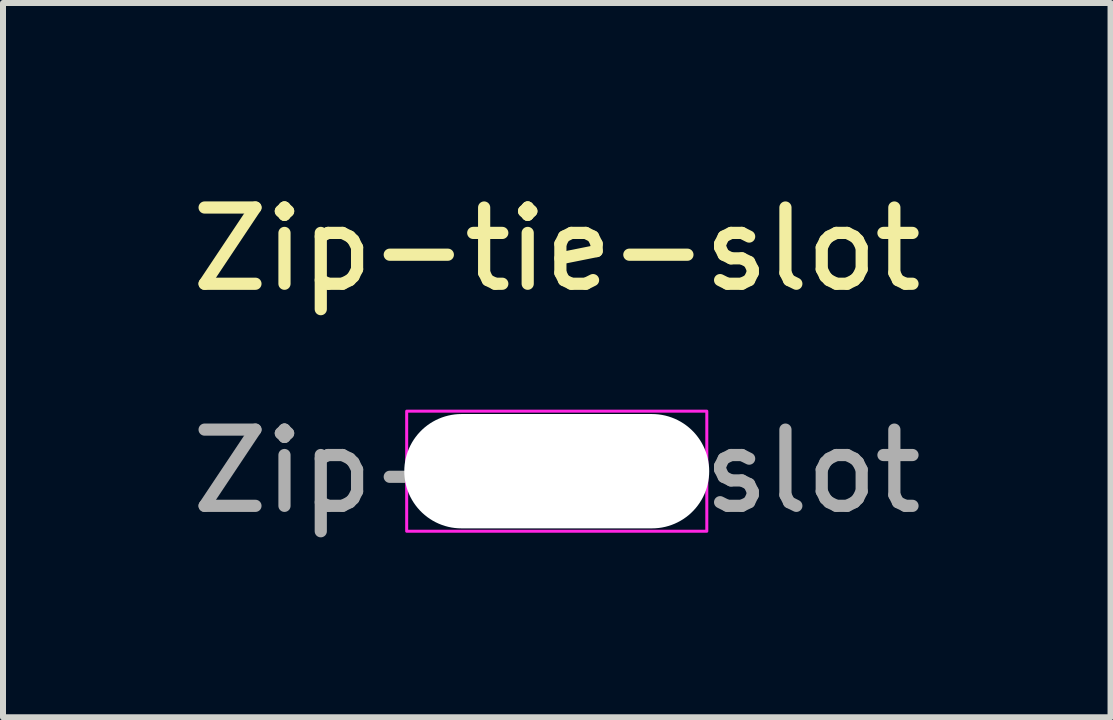
<source format=kicad_pcb>
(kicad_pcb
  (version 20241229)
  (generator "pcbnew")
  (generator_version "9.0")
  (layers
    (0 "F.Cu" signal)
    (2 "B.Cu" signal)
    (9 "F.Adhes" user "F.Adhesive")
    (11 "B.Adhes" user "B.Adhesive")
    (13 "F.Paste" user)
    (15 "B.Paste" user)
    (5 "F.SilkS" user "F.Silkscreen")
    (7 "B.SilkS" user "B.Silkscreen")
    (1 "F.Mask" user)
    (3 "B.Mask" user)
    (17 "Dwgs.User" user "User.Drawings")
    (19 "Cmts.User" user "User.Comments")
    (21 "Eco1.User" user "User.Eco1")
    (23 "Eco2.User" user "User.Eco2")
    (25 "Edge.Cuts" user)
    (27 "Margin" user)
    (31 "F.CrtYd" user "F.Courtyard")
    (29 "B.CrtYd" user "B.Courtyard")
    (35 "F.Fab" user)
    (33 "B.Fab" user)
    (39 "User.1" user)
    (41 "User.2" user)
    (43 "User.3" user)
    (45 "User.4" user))
  (footprint "Zip-tie-slot"
    (layer "F.Cu")
    (at 6.225 4.8)
    (property "Reference" "Zip-tie-slot" (at 0 -3.7 0) (layer "F.SilkS") (effects (font (size 1.27 1.27) (thickness 0.203))))
    (attr exclude_from_pos_files exclude_from_bom)
    (fp_rect (start -2.5 -1) (end 2.5 1) (stroke (width 0.05) (type default)) (fill no) (layer "F.CrtYd"))
    (fp_text user "${REFERENCE}" (at 0 0 0) (layer "F.Fab") (effects (font (size 1.27 1.27) (thickness 0.203) (bold yes))))
    (pad "" np_thru_hole oval (at 0 0) (size 5.08 1.905) (drill oval 5.08 1.905) (layers "*.Cu" "*.Mask")))
  (gr_rect
    (start -3 -3)
    (end 15.451 8.899)
    (stroke (width 0.1) (type default))
    (fill no)
    (layer "Edge.Cuts")))
</source>
